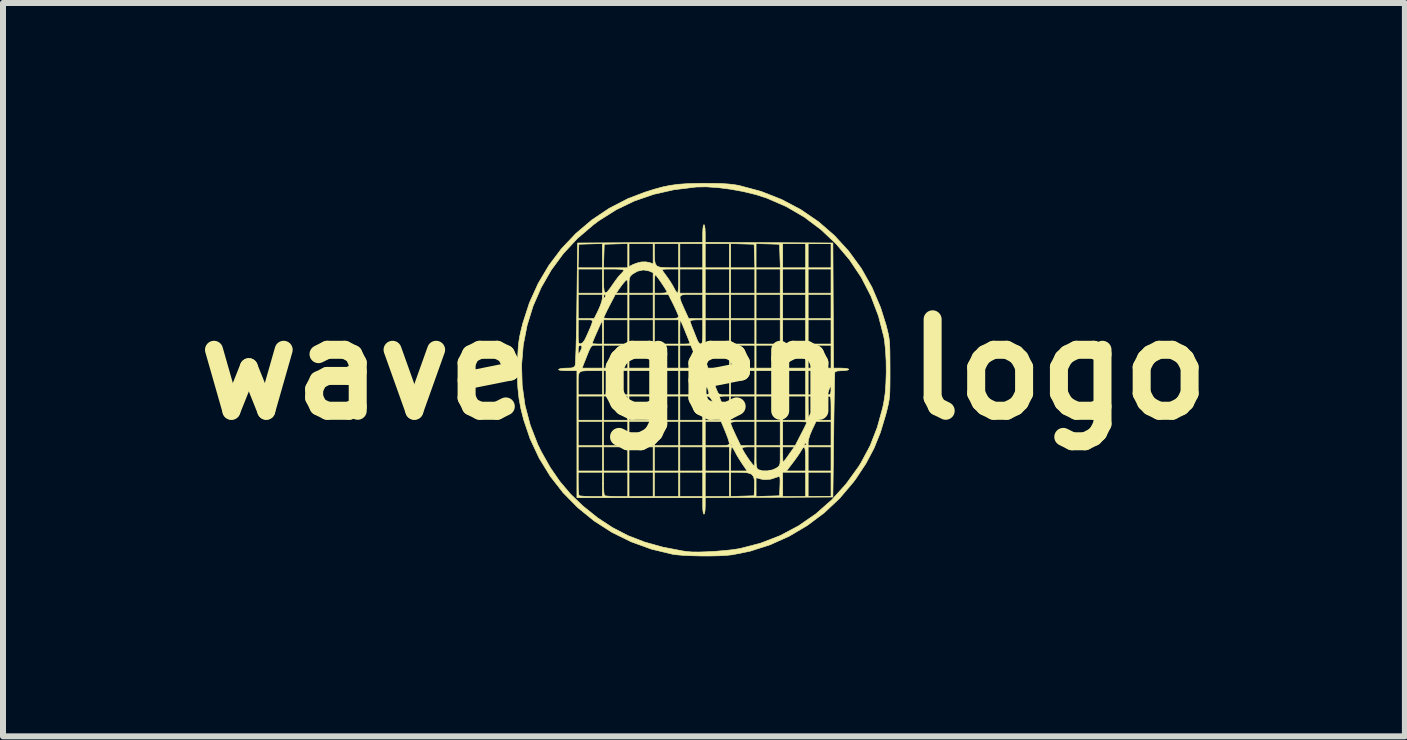
<source format=kicad_pcb>
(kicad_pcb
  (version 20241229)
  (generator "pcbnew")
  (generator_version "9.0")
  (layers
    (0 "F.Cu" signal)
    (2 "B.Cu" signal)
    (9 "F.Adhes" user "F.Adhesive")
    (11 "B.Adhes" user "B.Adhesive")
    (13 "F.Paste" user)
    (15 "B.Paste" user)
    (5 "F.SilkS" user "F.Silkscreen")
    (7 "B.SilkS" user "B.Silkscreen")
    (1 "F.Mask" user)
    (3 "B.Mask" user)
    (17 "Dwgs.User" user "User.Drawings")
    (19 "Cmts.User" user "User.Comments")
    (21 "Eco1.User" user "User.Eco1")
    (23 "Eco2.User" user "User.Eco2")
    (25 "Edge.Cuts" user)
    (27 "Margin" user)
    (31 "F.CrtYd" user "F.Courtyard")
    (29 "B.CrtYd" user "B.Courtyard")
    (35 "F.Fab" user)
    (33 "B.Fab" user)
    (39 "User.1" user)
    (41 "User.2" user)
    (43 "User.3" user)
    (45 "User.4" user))
  (footprint "wave gen logo"
    (layer "F.Cu")
    (at 8.68 3.105)
    (property "Reference" "wave gen logo" (at 0 0 0) (layer "F.SilkS") (effects (font (size 1.524 1.524) (thickness 0.3))))
    (attr through_hole)
    (fp_poly (pts (xy 0.167 -3.099) (xy 0.3 -3.096) (xy 0.407 -3.089) (xy 0.498 -3.079) (xy 0.581 -3.065) (xy 0.593 -3.062) (xy 0.954 -2.965) (xy 1.294 -2.831) (xy 1.612 -2.663) (xy 1.906 -2.462) (xy 2.173 -2.231) (xy 2.412 -1.97) (xy 2.622 -1.682) (xy 2.799 -1.368) (xy 2.943 -1.03) (xy 3.033 -0.744) (xy 3.054 -0.663) (xy 3.07 -0.596) (xy 3.082 -0.533) (xy 3.09 -0.467) (xy 3.095 -0.391) (xy 3.098 -0.297) (xy 3.099 -0.176) (xy 3.1 -0.022) (xy 3.1 -0.011) (xy 3.1 0.146) (xy 3.099 0.267) (xy 3.097 0.363) (xy 3.093 0.44) (xy 3.085 0.507) (xy 3.074 0.571) (xy 3.058 0.641) (xy 3.037 0.725) (xy 3.03 0.751) (xy 2.941 1.047) (xy 2.833 1.315) (xy 2.699 1.568) (xy 2.534 1.818) (xy 2.488 1.88) (xy 2.259 2.15) (xy 2.002 2.391) (xy 1.72 2.602) (xy 1.417 2.781) (xy 1.098 2.924) (xy 0.766 3.03) (xy 0.472 3.089) (xy 0.374 3.099) (xy 0.247 3.106) (xy 0.101 3.109) (xy -0.053 3.109) (xy -0.205 3.105) (xy -0.343 3.099) (xy -0.458 3.089) (xy -0.519 3.081) (xy -0.876 2.995) (xy -1.215 2.872) (xy -1.534 2.715) (xy -1.83 2.525) (xy -2.102 2.304) (xy -2.347 2.055) (xy -2.562 1.779) (xy -2.746 1.479) (xy -2.897 1.156) (xy -3.004 0.84) (xy -3.05 0.658) (xy -3.082 0.485) (xy -3.101 0.309) (xy -3.109 0.118) (xy -3.107 -0.072) (xy -3.039 -0.072) (xy -3.029 0.264) (xy -2.982 0.598) (xy -2.895 0.928) (xy -2.77 1.25) (xy -2.712 1.368) (xy -2.563 1.633) (xy -2.403 1.865) (xy -2.226 2.075) (xy -2.023 2.271) (xy -2.011 2.281) (xy -1.771 2.474) (xy -1.524 2.636) (xy -1.266 2.77) (xy -0.989 2.877) (xy -0.688 2.961) (xy -0.356 3.025) (xy -0.286 3.035) (xy -0.203 3.042) (xy -0.088 3.043) (xy 0.047 3.039) (xy 0.192 3.031) (xy 0.337 3.019) (xy 0.471 3.005) (xy 0.583 2.988) (xy 0.6 2.985) (xy 0.943 2.896) (xy 1.269 2.77) (xy 1.577 2.606) (xy 1.865 2.407) (xy 2.129 2.174) (xy 2.368 1.909) (xy 2.581 1.614) (xy 2.62 1.55) (xy 2.769 1.271) (xy 2.887 0.968) (xy 2.978 0.638) (xy 2.998 0.54) (xy 3.019 0.4) (xy 3.031 0.232) (xy 3.037 0.048) (xy 3.035 -0.14) (xy 3.025 -0.318) (xy 3.009 -0.474) (xy 2.998 -0.539) (xy 2.908 -0.888) (xy 2.782 -1.221) (xy 2.621 -1.534) (xy 2.427 -1.824) (xy 2.203 -2.09) (xy 1.951 -2.328) (xy 1.673 -2.537) (xy 1.371 -2.713) (xy 1.047 -2.854) (xy 0.863 -2.913) (xy 0.658 -2.963) (xy 0.444 -3.002) (xy 0.233 -3.029) (xy 0.036 -3.042) (xy -0.134 -3.039) (xy -0.138 -3.038) (xy -0.503 -2.993) (xy -0.842 -2.916) (xy -1.16 -2.806) (xy -1.461 -2.661) (xy -1.748 -2.48) (xy -1.841 -2.411) (xy -2.108 -2.183) (xy -2.343 -1.93) (xy -2.545 -1.656) (xy -2.713 -1.363) (xy -2.848 -1.054) (xy -2.947 -0.734) (xy -3.011 -0.406) (xy -3.039 -0.072) (xy -3.107 -0.072) (xy -3.107 -0.1) (xy -3.106 -0.121) (xy -3.101 -0.262) (xy -3.094 -0.374) (xy -3.084 -0.468) (xy -3.069 -0.558) (xy -3.047 -0.655) (xy -3.019 -0.768) (xy -2.909 -1.108) (xy -2.763 -1.431) (xy -2.584 -1.733) (xy -2.373 -2.013) (xy -2.133 -2.266) (xy -1.867 -2.491) (xy -1.577 -2.685) (xy -1.267 -2.845) (xy -0.986 -2.952) (xy -0.828 -3.002) (xy -0.69 -3.04) (xy -0.561 -3.066) (xy -0.431 -3.084) (xy -0.289 -3.094) (xy -0.122 -3.099) (xy 0 -3.1) (xy 0.167 -3.099)) (stroke (width 0.01) (type solid)) (fill yes) (layer "F.SilkS"))
    (fp_poly (pts (xy 0.011 -2.393) (xy 0.018 -2.341) (xy 0.021 -2.265) (xy 0.021 -2.117) (xy 1.085 -2.112) (xy 2.148 -2.106) (xy 2.159 -0.021) (xy 2.286 -0.021) (xy 2.354 -0.018) (xy 2.4 -0.01) (xy 2.413 0) (xy 2.394 0.012) (xy 2.345 0.019) (xy 2.3 0.021) (xy 2.224 0.026) (xy 2.185 0.041) (xy 2.181 0.048) (xy 2.179 0.073) (xy 2.177 0.137) (xy 2.175 0.235) (xy 2.173 0.363) (xy 2.17 0.516) (xy 2.167 0.69) (xy 2.164 0.882) (xy 2.162 1.086) (xy 2.161 1.101) (xy 2.148 2.127) (xy 1.085 2.133) (xy 0.021 2.138) (xy 0.021 2.276) (xy 0.018 2.347) (xy 0.01 2.397) (xy 0 2.413) (xy -0.011 2.394) (xy -0.019 2.342) (xy -0.021 2.275) (xy -0.021 2.138) (xy -2.117 2.138) (xy -2.117 2.118) (xy 0.445 2.118) (xy 0.64 2.112) (xy 0.836 2.106) (xy 0.842 1.951) (xy 0.842 1.852) (xy 0.831 1.805) (xy 0.868 1.805) (xy 0.868 2.118) (xy 1.064 2.112) (xy 1.259 2.106) (xy 1.266 1.939) (xy 1.268 1.857) (xy 1.266 1.808) (xy 1.259 1.787) (xy 1.244 1.785) (xy 1.234 1.789) (xy 1.113 1.829) (xy 1.01 1.837) (xy 0.953 1.828) (xy 0.868 1.805) (xy 0.831 1.805) (xy 0.826 1.785) (xy 0.789 1.744) (xy 0.724 1.723) (xy 0.625 1.715) (xy 0.598 1.715) (xy 0.445 1.714) (xy 1.312 1.714) (xy 1.312 2.117) (xy 1.693 2.117) (xy 1.693 1.714) (xy 1.736 1.714) (xy 1.736 2.117) (xy 2.117 2.117) (xy 2.117 1.714) (xy 1.736 1.714) (xy 1.693 1.714) (xy 1.312 1.714) (xy 0.445 1.714) (xy 0.445 2.118) (xy -2.117 2.118) (xy -2.117 1.714) (xy -2.095 1.714) (xy -2.095 1.901) (xy -2.094 1.987) (xy -2.09 2.055) (xy -2.084 2.096) (xy -2.081 2.103) (xy -2.055 2.109) (xy -1.997 2.114) (xy -1.918 2.116) (xy -1.88 2.117) (xy -1.693 2.117) (xy -1.693 1.714) (xy -1.672 1.714) (xy -1.672 1.901) (xy -1.671 1.987) (xy -1.667 2.055) (xy -1.661 2.096) (xy -1.658 2.103) (xy -1.632 2.109) (xy -1.574 2.114) (xy -1.495 2.116) (xy -1.457 2.117) (xy -1.27 2.117) (xy -1.27 1.714) (xy -1.249 1.714) (xy -1.249 2.117) (xy -0.847 2.117) (xy -0.847 1.714) (xy -0.826 1.714) (xy -0.826 2.117) (xy -0.423 2.117) (xy -0.423 1.714) (xy -0.402 1.714) (xy -0.402 2.117) (xy -0.021 2.117) (xy -0.021 1.714) (xy 0.021 1.714) (xy 0.021 2.117) (xy 0.423 2.117) (xy 0.423 1.714) (xy 0.021 1.714) (xy -0.021 1.714) (xy -0.402 1.714) (xy -0.423 1.714) (xy -0.826 1.714) (xy -0.847 1.714) (xy -1.249 1.714) (xy -1.27 1.714) (xy -1.672 1.714) (xy -1.693 1.714) (xy -2.095 1.714) (xy -2.117 1.714) (xy -2.117 1.291) (xy -2.095 1.291) (xy -2.095 1.693) (xy -1.693 1.693) (xy -1.693 1.291) (xy -1.672 1.291) (xy -1.672 1.693) (xy -1.27 1.693) (xy -1.27 1.291) (xy -1.249 1.291) (xy -1.249 1.693) (xy -0.847 1.693) (xy -0.847 1.291) (xy -0.826 1.291) (xy -0.826 1.693) (xy -0.423 1.693) (xy -0.423 1.291) (xy -0.402 1.291) (xy -0.402 1.693) (xy -0.021 1.693) (xy -0.021 1.291) (xy 0.021 1.291) (xy 0.021 1.693) (xy 0.423 1.693) (xy 0.423 1.492) (xy 0.445 1.492) (xy 0.445 1.693) (xy 0.72 1.693) (xy 1.375 1.693) (xy 1.693 1.693) (xy 1.693 1.492) (xy 1.691 1.387) (xy 1.683 1.322) (xy 1.67 1.295) (xy 1.649 1.306) (xy 1.62 1.353) (xy 1.62 1.353) (xy 1.592 1.399) (xy 1.546 1.466) (xy 1.492 1.54) (xy 1.481 1.554) (xy 1.375 1.693) (xy 0.72 1.693) (xy 0.637 1.572) (xy 0.588 1.496) (xy 0.543 1.421) (xy 0.517 1.371) (xy 0.489 1.321) (xy 0.479 1.308) (xy 0.635 1.308) (xy 0.646 1.338) (xy 0.675 1.39) (xy 0.715 1.452) (xy 0.759 1.516) (xy 0.799 1.569) (xy 0.829 1.602) (xy 0.839 1.609) (xy 0.843 1.589) (xy 0.845 1.538) (xy 0.847 1.465) (xy 0.847 1.45) (xy 0.847 1.291) (xy 0.868 1.291) (xy 0.868 1.47) (xy 0.869 1.561) (xy 0.875 1.619) (xy 0.886 1.652) (xy 0.905 1.67) (xy 0.905 1.67) (xy 0.971 1.69) (xy 1.057 1.691) (xy 1.143 1.674) (xy 1.199 1.649) (xy 1.235 1.625) (xy 1.256 1.601) (xy 1.267 1.565) (xy 1.27 1.506) (xy 1.27 1.448) (xy 1.27 1.291) (xy 1.312 1.291) (xy 1.312 1.418) (xy 1.313 1.485) (xy 1.316 1.531) (xy 1.32 1.545) (xy 1.335 1.529) (xy 1.367 1.487) (xy 1.41 1.427) (xy 1.416 1.418) (xy 1.506 1.291) (xy 1.736 1.291) (xy 1.736 1.693) (xy 2.117 1.693) (xy 2.117 1.291) (xy 1.736 1.291) (xy 1.506 1.291) (xy 1.312 1.291) (xy 1.27 1.291) (xy 0.868 1.291) (xy 0.847 1.291) (xy 0.741 1.291) (xy 0.68 1.294) (xy 0.642 1.302) (xy 0.635 1.308) (xy 0.479 1.308) (xy 0.467 1.293) (xy 0.462 1.291) (xy 0.454 1.311) (xy 0.449 1.364) (xy 0.445 1.44) (xy 0.445 1.492) (xy 0.423 1.492) (xy 0.423 1.291) (xy 0.021 1.291) (xy -0.021 1.291) (xy -0.402 1.291) (xy -0.423 1.291) (xy -0.826 1.291) (xy -0.847 1.291) (xy -1.249 1.291) (xy -1.27 1.291) (xy -1.672 1.291) (xy -1.693 1.291) (xy -2.095 1.291) (xy -2.117 1.291) (xy -2.117 0.868) (xy -2.095 0.868) (xy -2.095 1.27) (xy -1.693 1.27) (xy -1.693 0.868) (xy -1.672 0.868) (xy -1.672 1.27) (xy -1.27 1.27) (xy -1.27 0.868) (xy -1.249 0.868) (xy -1.249 1.27) (xy -0.847 1.27) (xy -0.847 0.868) (xy -0.826 0.868) (xy -0.826 1.27) (xy -0.423 1.27) (xy -0.423 0.868) (xy -0.402 0.868) (xy -0.402 1.27) (xy -0.021 1.27) (xy 0.021 1.27) (xy 0.222 1.27) (xy 0.317 1.269) (xy 0.376 1.266) (xy 0.402 1.259) (xy 0.445 1.259) (xy 0.455 1.27) (xy 0.466 1.259) (xy 0.455 1.249) (xy 0.445 1.259) (xy 0.402 1.259) (xy 0.409 1.258) (xy 0.422 1.245) (xy 0.423 1.234) (xy 0.415 1.199) (xy 0.395 1.136) (xy 0.365 1.059) (xy 0.355 1.034) (xy 0.297 0.895) (xy 0.445 0.895) (xy 0.453 0.926) (xy 0.477 0.984) (xy 0.511 1.059) (xy 0.528 1.096) (xy 0.612 1.27) (xy 0.847 1.27) (xy 0.847 0.868) (xy 0.868 0.868) (xy 0.868 1.27) (xy 1.27 1.27) (xy 1.27 0.868) (xy 1.312 0.868) (xy 1.312 1.27) (xy 1.52 1.27) (xy 1.531 1.249) (xy 1.672 1.249) (xy 1.679 1.269) (xy 1.681 1.27) (xy 1.7 1.255) (xy 1.704 1.249) (xy 1.702 1.229) (xy 1.695 1.228) (xy 1.673 1.243) (xy 1.672 1.249) (xy 1.531 1.249) (xy 1.551 1.209) (xy 1.736 1.209) (xy 1.736 1.27) (xy 2.117 1.27) (xy 2.117 0.868) (xy 1.867 0.868) (xy 1.801 1.008) (xy 1.768 1.086) (xy 1.745 1.158) (xy 1.736 1.208) (xy 1.736 1.209) (xy 1.551 1.209) (xy 1.617 1.081) (xy 1.658 1.001) (xy 1.691 0.935) (xy 1.71 0.892) (xy 1.714 0.88) (xy 1.695 0.875) (xy 1.642 0.871) (xy 1.565 0.868) (xy 1.513 0.868) (xy 1.312 0.868) (xy 1.27 0.868) (xy 0.868 0.868) (xy 0.847 0.868) (xy 0.646 0.868) (xy 0.546 0.869) (xy 0.483 0.875) (xy 0.451 0.884) (xy 0.445 0.895) (xy 0.297 0.895) (xy 0.286 0.869) (xy 0.021 0.868) (xy 0.021 1.27) (xy -0.021 1.27) (xy -0.021 0.868) (xy -0.402 0.868) (xy -0.423 0.868) (xy -0.826 0.868) (xy -0.847 0.868) (xy -1.249 0.868) (xy -1.27 0.868) (xy -1.672 0.868) (xy -1.693 0.868) (xy -2.095 0.868) (xy -2.117 0.868) (xy -2.117 0.445) (xy -2.095 0.445) (xy -2.095 0.847) (xy -1.693 0.847) (xy -1.693 0.445) (xy -1.672 0.445) (xy -1.672 0.847) (xy -1.27 0.847) (xy -1.27 0.445) (xy -1.249 0.445) (xy -1.249 0.847) (xy -0.847 0.847) (xy -0.847 0.445) (xy -0.826 0.445) (xy -0.826 0.847) (xy -0.423 0.847) (xy -0.423 0.445) (xy -0.402 0.445) (xy -0.402 0.847) (xy -0.021 0.847) (xy -0.021 0.644) (xy 0.021 0.644) (xy 0.021 0.847) (xy 0.272 0.847) (xy 0.193 0.651) (xy 0.153 0.556) (xy 0.122 0.496) (xy 0.095 0.462) (xy 0.094 0.461) (xy 0.258 0.461) (xy 0.268 0.488) (xy 0.291 0.543) (xy 0.322 0.617) (xy 0.336 0.652) (xy 0.368 0.729) (xy 0.395 0.789) (xy 0.412 0.822) (xy 0.415 0.826) (xy 0.419 0.806) (xy 0.422 0.753) (xy 0.423 0.678) (xy 0.423 0.635) (xy 0.423 0.445) (xy 0.445 0.445) (xy 0.445 0.847) (xy 0.847 0.847) (xy 0.847 0.445) (xy 0.868 0.445) (xy 0.868 0.847) (xy 1.27 0.847) (xy 1.27 0.445) (xy 1.312 0.445) (xy 1.312 0.847) (xy 1.693 0.847) (xy 1.693 0.445) (xy 1.736 0.445) (xy 1.737 0.63) (xy 1.739 0.815) (xy 1.742 0.807) (xy 1.892 0.807) (xy 1.9 0.834) (xy 1.933 0.845) (xy 1.995 0.847) (xy 1.999 0.847) (xy 2.117 0.847) (xy 2.117 0.646) (xy 2.116 0.552) (xy 2.113 0.493) (xy 2.106 0.46) (xy 2.093 0.447) (xy 2.076 0.445) (xy 2.041 0.462) (xy 2.012 0.516) (xy 2.01 0.524) (xy 1.981 0.6) (xy 1.948 0.675) (xy 1.947 0.677) (xy 1.909 0.757) (xy 1.892 0.807) (xy 1.742 0.807) (xy 1.801 0.68) (xy 1.835 0.604) (xy 1.862 0.537) (xy 1.876 0.494) (xy 1.88 0.461) (xy 1.863 0.447) (xy 1.813 0.445) (xy 1.736 0.445) (xy 1.693 0.445) (xy 1.312 0.445) (xy 1.27 0.445) (xy 0.868 0.445) (xy 0.847 0.445) (xy 0.445 0.445) (xy 0.423 0.445) (xy 0.337 0.445) (xy 0.285 0.448) (xy 0.259 0.457) (xy 0.258 0.461) (xy 0.094 0.461) (xy 0.07 0.449) (xy 0.067 0.448) (xy 0.046 0.447) (xy 0.033 0.457) (xy 0.025 0.484) (xy 0.022 0.537) (xy 0.021 0.623) (xy 0.021 0.644) (xy -0.021 0.644) (xy -0.021 0.445) (xy -0.402 0.445) (xy -0.423 0.445) (xy -0.826 0.445) (xy -0.847 0.445) (xy -1.249 0.445) (xy -1.27 0.445) (xy -1.672 0.445) (xy -1.693 0.445) (xy -2.095 0.445) (xy -2.117 0.445) (xy -2.117 0.235) (xy -2.095 0.235) (xy -2.095 0.423) (xy -1.693 0.423) (xy -1.693 0.021) (xy -1.672 0.021) (xy -1.672 0.423) (xy -1.27 0.423) (xy -1.27 0.021) (xy -1.249 0.021) (xy -1.249 0.423) (xy -0.847 0.423) (xy -0.847 0.021) (xy -0.826 0.021) (xy -0.826 0.423) (xy -0.423 0.423) (xy -0.423 0.021) (xy -0.402 0.021) (xy -0.402 0.423) (xy -0.021 0.423) (xy -0.021 0.323) (xy 0.023 0.323) (xy 0.025 0.387) (xy 0.037 0.418) (xy 0.053 0.423) (xy 0.08 0.409) (xy 0.083 0.397) (xy 0.075 0.361) (xy 0.057 0.306) (xy 0.053 0.296) (xy 0.024 0.222) (xy 0.023 0.323) (xy -0.021 0.323) (xy -0.021 0.27) (xy -0.022 0.164) (xy -0.028 0.094) (xy -0.045 0.051) (xy -0.078 0.03) (xy -0.134 0.022) (xy -0.219 0.021) (xy 0.085 0.021) (xy 0.13 0.132) (xy 0.162 0.215) (xy 0.195 0.299) (xy 0.208 0.333) (xy 0.232 0.389) (xy 0.257 0.415) (xy 0.299 0.423) (xy 0.333 0.423) (xy 0.423 0.423) (xy 0.423 0.021) (xy 0.445 0.021) (xy 0.445 0.423) (xy 0.847 0.423) (xy 0.847 0.021) (xy 0.868 0.021) (xy 0.868 0.423) (xy 1.27 0.423) (xy 1.27 0.021) (xy 1.312 0.021) (xy 1.312 0.423) (xy 1.693 0.423) (xy 1.693 0.021) (xy 1.736 0.021) (xy 1.736 0.426) (xy 1.824 0.419) (xy 1.882 0.415) (xy 2.056 0.415) (xy 2.067 0.423) (xy 2.085 0.423) (xy 2.107 0.409) (xy 2.116 0.361) (xy 2.116 0.344) (xy 2.115 0.265) (xy 2.084 0.336) (xy 2.062 0.39) (xy 2.056 0.415) (xy 1.882 0.415) (xy 1.913 0.413) (xy 1.983 0.233) (xy 2.014 0.152) (xy 2.038 0.086) (xy 2.051 0.045) (xy 2.053 0.037) (xy 2.034 0.029) (xy 1.982 0.024) (xy 1.909 0.021) (xy 1.894 0.021) (xy 1.736 0.021) (xy 1.693 0.021) (xy 1.312 0.021) (xy 1.27 0.021) (xy 0.868 0.021) (xy 0.847 0.021) (xy 0.445 0.021) (xy 0.423 0.021) (xy 0.085 0.021) (xy -0.219 0.021) (xy -0.219 0.021) (xy -0.225 0.021) (xy -0.402 0.021) (xy -0.423 0.021) (xy -0.826 0.021) (xy -0.847 0.021) (xy -1.249 0.021) (xy -1.27 0.021) (xy -1.672 0.021) (xy -1.693 0.021) (xy -1.861 0.021) (xy -1.963 0.022) (xy -2.03 0.028) (xy -2.07 0.046) (xy -2.089 0.083) (xy -2.095 0.146) (xy -2.095 0.235) (xy -2.117 0.235) (xy -2.117 0.021) (xy -2.277 0.021) (xy -2.362 0.019) (xy -2.412 0.011) (xy -2.424 0) (xy -2.397 -0.011) (xy -2.341 -0.019) (xy -2.287 -0.021) (xy -2.031 -0.021) (xy -1.693 -0.021) (xy -1.693 -0.402) (xy -1.672 -0.402) (xy -1.672 -0.021) (xy -1.27 -0.021) (xy -1.27 -0.402) (xy -1.249 -0.402) (xy -1.249 -0.021) (xy -0.847 -0.021) (xy -0.847 -0.402) (xy -0.826 -0.402) (xy -0.826 -0.021) (xy -0.423 -0.021) (xy -0.423 -0.402) (xy -0.402 -0.402) (xy -0.402 -0.021) (xy -0.067 -0.021) (xy -0.209 -0.376) (xy -0.057 -0.376) (xy -0.049 -0.327) (xy -0.049 -0.325) (xy -0.032 -0.265) (xy -0.025 -0.325) (xy -0.024 -0.372) (xy -0.03 -0.397) (xy -0.048 -0.402) (xy 0.021 -0.402) (xy 0.021 -0.278) (xy 0.025 -0.197) (xy 0.036 -0.122) (xy 0.044 -0.088) (xy 0.068 -0.021) (xy 0.423 -0.021) (xy 0.423 -0.402) (xy 0.445 -0.402) (xy 0.445 -0.021) (xy 0.847 -0.021) (xy 0.847 -0.402) (xy 0.868 -0.402) (xy 0.868 -0.021) (xy 1.27 -0.021) (xy 1.27 -0.402) (xy 1.312 -0.402) (xy 1.312 -0.021) (xy 1.693 -0.021) (xy 1.693 -0.402) (xy 1.736 -0.402) (xy 1.736 -0.021) (xy 2.117 -0.021) (xy 2.117 -0.402) (xy 1.736 -0.402) (xy 1.693 -0.402) (xy 1.312 -0.402) (xy 1.27 -0.402) (xy 0.868 -0.402) (xy 0.847 -0.402) (xy 0.445 -0.402) (xy 0.423 -0.402) (xy 0.021 -0.402) (xy -0.048 -0.402) (xy -0.05 -0.403) (xy -0.057 -0.376) (xy -0.209 -0.376) (xy -0.219 -0.402) (xy -0.402 -0.402) (xy -0.423 -0.402) (xy -0.826 -0.402) (xy -0.847 -0.402) (xy -1.249 -0.402) (xy -1.27 -0.402) (xy -1.672 -0.402) (xy -1.693 -0.402) (xy -1.786 -0.402) (xy -1.823 -0.403) (xy -1.85 -0.4) (xy -1.871 -0.389) (xy -1.89 -0.364) (xy -1.913 -0.318) (xy -1.943 -0.245) (xy -1.984 -0.14) (xy -1.992 -0.122) (xy -2.031 -0.021) (xy -2.287 -0.021) (xy -2.216 -0.023) (xy -2.176 -0.032) (xy -2.155 -0.051) (xy -2.146 -0.069) (xy -2.143 -0.099) (xy -2.139 -0.167) (xy -2.135 -0.269) (xy -2.133 -0.323) (xy -2.095 -0.323) (xy -2.094 -0.243) (xy -2.064 -0.296) (xy -2.041 -0.344) (xy -2.033 -0.376) (xy -2.049 -0.399) (xy -2.064 -0.402) (xy -2.086 -0.388) (xy -2.095 -0.34) (xy -2.095 -0.323) (xy -2.133 -0.323) (xy -2.131 -0.4) (xy -2.127 -0.556) (xy -2.123 -0.732) (xy -2.122 -0.826) (xy -2.095 -0.826) (xy -2.095 -0.623) (xy -2.095 -0.529) (xy -2.092 -0.471) (xy -2.086 -0.439) (xy -2.074 -0.427) (xy -2.054 -0.427) (xy -2.051 -0.427) (xy -2.041 -0.433) (xy -1.863 -0.433) (xy -1.844 -0.427) (xy -1.797 -0.424) (xy -1.778 -0.423) (xy -1.693 -0.423) (xy -1.693 -0.617) (xy -1.694 -0.701) (xy -1.696 -0.764) (xy -1.699 -0.799) (xy -1.701 -0.803) (xy -1.713 -0.78) (xy -1.736 -0.73) (xy -1.766 -0.662) (xy -1.799 -0.588) (xy -1.829 -0.519) (xy -1.851 -0.464) (xy -1.862 -0.435) (xy -1.863 -0.433) (xy -2.041 -0.433) (xy -2.02 -0.445) (xy -1.987 -0.491) (xy -1.948 -0.573) (xy -1.944 -0.582) (xy -1.899 -0.684) (xy -1.871 -0.753) (xy -1.859 -0.795) (xy -1.864 -0.817) (xy -1.886 -0.825) (xy -1.894 -0.826) (xy -1.672 -0.826) (xy -1.672 -0.423) (xy -1.27 -0.423) (xy -1.27 -0.826) (xy -1.249 -0.826) (xy -1.249 -0.423) (xy -0.847 -0.423) (xy -0.847 -0.826) (xy -0.826 -0.826) (xy -0.826 -0.423) (xy -0.423 -0.423) (xy -0.423 -0.628) (xy -0.402 -0.628) (xy -0.402 -0.423) (xy -0.318 -0.423) (xy -0.264 -0.425) (xy -0.235 -0.428) (xy -0.233 -0.43) (xy -0.24 -0.452) (xy -0.26 -0.504) (xy -0.288 -0.573) (xy -0.319 -0.649) (xy -0.349 -0.723) (xy -0.374 -0.782) (xy -0.386 -0.808) (xy -0.233 -0.808) (xy -0.225 -0.781) (xy -0.206 -0.726) (xy -0.178 -0.656) (xy -0.177 -0.655) (xy -0.147 -0.578) (xy -0.12 -0.511) (xy -0.104 -0.471) (xy -0.078 -0.434) (xy -0.053 -0.423) (xy -0.038 -0.43) (xy -0.028 -0.456) (xy -0.023 -0.507) (xy -0.021 -0.59) (xy -0.021 -0.624) (xy -0.021 -0.826) (xy 0.021 -0.826) (xy 0.021 -0.423) (xy 0.423 -0.423) (xy 0.423 -0.826) (xy 0.445 -0.826) (xy 0.445 -0.423) (xy 0.847 -0.423) (xy 0.847 -0.826) (xy 0.868 -0.826) (xy 0.868 -0.423) (xy 1.27 -0.423) (xy 1.27 -0.826) (xy 1.312 -0.826) (xy 1.312 -0.423) (xy 1.693 -0.423) (xy 1.693 -0.826) (xy 1.736 -0.826) (xy 1.736 -0.423) (xy 2.117 -0.423) (xy 2.117 -0.826) (xy 1.736 -0.826) (xy 1.693 -0.826) (xy 1.312 -0.826) (xy 1.27 -0.826) (xy 0.868 -0.826) (xy 0.847 -0.826) (xy 0.445 -0.826) (xy 0.423 -0.826) (xy 0.021 -0.826) (xy -0.021 -0.826) (xy -0.127 -0.826) (xy -0.187 -0.822) (xy -0.226 -0.814) (xy -0.233 -0.808) (xy -0.386 -0.808) (xy -0.391 -0.818) (xy -0.394 -0.824) (xy -0.397 -0.808) (xy -0.4 -0.759) (xy -0.402 -0.684) (xy -0.402 -0.628) (xy -0.423 -0.628) (xy -0.423 -0.826) (xy -0.826 -0.826) (xy -0.847 -0.826) (xy -1.249 -0.826) (xy -1.27 -0.826) (xy -1.672 -0.826) (xy -1.894 -0.826) (xy -1.928 -0.826) (xy -1.969 -0.826) (xy -2.095 -0.826) (xy -2.122 -0.826) (xy -2.12 -0.924) (xy -2.118 -1.111) (xy -2.116 -1.249) (xy -2.095 -1.249) (xy -2.095 -0.847) (xy -1.829 -0.847) (xy -1.823 -0.859) (xy -1.672 -0.859) (xy -1.653 -0.854) (xy -1.6 -0.85) (xy -1.523 -0.847) (xy -1.471 -0.847) (xy -1.27 -0.847) (xy -1.27 -1.249) (xy -1.249 -1.249) (xy -1.249 -0.847) (xy -0.847 -0.847) (xy -0.847 -1.249) (xy -0.826 -1.249) (xy -0.826 -0.847) (xy -0.624 -0.847) (xy -0.529 -0.848) (xy -0.468 -0.852) (xy -0.436 -0.86) (xy -0.424 -0.874) (xy -0.423 -0.879) (xy -0.432 -0.911) (xy -0.457 -0.971) (xy -0.492 -1.046) (xy -0.508 -1.08) (xy -0.56 -1.183) (xy -0.399 -1.183) (xy -0.378 -1.119) (xy -0.336 -1.024) (xy -0.329 -1.008) (xy -0.255 -0.847) (xy -0.021 -0.847) (xy -0.021 -1.249) (xy 0.021 -1.249) (xy 0.021 -0.847) (xy 0.423 -0.847) (xy 0.423 -1.249) (xy 0.445 -1.249) (xy 0.445 -0.847) (xy 0.847 -0.847) (xy 0.847 -1.249) (xy 0.868 -1.249) (xy 0.868 -0.847) (xy 1.27 -0.847) (xy 1.27 -1.249) (xy 1.312 -1.249) (xy 1.312 -0.847) (xy 1.693 -0.847) (xy 1.693 -1.249) (xy 1.736 -1.249) (xy 1.736 -0.847) (xy 2.117 -0.847) (xy 2.117 -1.249) (xy 1.736 -1.249) (xy 1.693 -1.249) (xy 1.312 -1.249) (xy 1.27 -1.249) (xy 0.868 -1.249) (xy 0.847 -1.249) (xy 0.445 -1.249) (xy 0.423 -1.249) (xy 0.021 -1.249) (xy -0.021 -1.249) (xy -0.212 -1.249) (xy -0.305 -1.248) (xy -0.365 -1.241) (xy -0.396 -1.221) (xy -0.399 -1.183) (xy -0.56 -1.183) (xy -0.593 -1.249) (xy -0.826 -1.249) (xy -0.847 -1.249) (xy -1.249 -1.249) (xy -1.27 -1.249) (xy -1.477 -1.249) (xy -1.575 -1.06) (xy -1.616 -0.98) (xy -1.648 -0.914) (xy -1.668 -0.871) (xy -1.672 -0.859) (xy -1.823 -0.859) (xy -1.761 -0.985) (xy -1.727 -1.063) (xy -1.703 -1.135) (xy -1.693 -1.186) (xy -1.693 -1.217) (xy -1.672 -1.217) (xy -1.668 -1.189) (xy -1.664 -1.185) (xy -1.65 -1.202) (xy -1.643 -1.217) (xy -1.643 -1.244) (xy -1.652 -1.249) (xy -1.67 -1.232) (xy -1.672 -1.217) (xy -1.693 -1.217) (xy -1.693 -1.249) (xy -2.095 -1.249) (xy -2.116 -1.249) (xy -2.111 -1.672) (xy -2.095 -1.672) (xy -2.095 -1.27) (xy -1.693 -1.27) (xy -1.463 -1.27) (xy -1.27 -1.27) (xy -1.27 -1.389) (xy -1.27 -1.406) (xy -1.249 -1.406) (xy -1.249 -1.27) (xy -0.847 -1.27) (xy -0.847 -1.433) (xy -0.826 -1.433) (xy -0.826 -1.27) (xy -0.72 -1.27) (xy -0.659 -1.273) (xy -0.621 -1.281) (xy -0.614 -1.288) (xy -0.625 -1.311) (xy -0.654 -1.359) (xy -0.693 -1.419) (xy -0.736 -1.482) (xy -0.776 -1.537) (xy -0.805 -1.574) (xy -0.807 -1.576) (xy -0.816 -1.567) (xy -0.823 -1.522) (xy -0.825 -1.446) (xy -0.826 -1.433) (xy -0.847 -1.433) (xy -0.847 -1.611) (xy -0.918 -1.641) (xy -1.01 -1.657) (xy -1.108 -1.636) (xy -1.193 -1.586) (xy -1.224 -1.557) (xy -1.241 -1.523) (xy -1.248 -1.471) (xy -1.249 -1.406) (xy -1.27 -1.406) (xy -1.271 -1.455) (xy -1.277 -1.487) (xy -1.289 -1.49) (xy -1.304 -1.48) (xy -1.335 -1.447) (xy -1.377 -1.393) (xy -1.4 -1.361) (xy -1.463 -1.27) (xy -1.693 -1.27) (xy -1.693 -1.672) (xy -1.672 -1.672) (xy -1.672 -1.471) (xy -1.67 -1.365) (xy -1.662 -1.3) (xy -1.645 -1.274) (xy -1.616 -1.287) (xy -1.574 -1.338) (xy -1.528 -1.404) (xy -1.477 -1.477) (xy -1.427 -1.543) (xy -1.388 -1.586) (xy -1.386 -1.587) (xy -1.351 -1.626) (xy -1.334 -1.653) (xy -1.333 -1.655) (xy -1.35 -1.662) (xy -0.699 -1.662) (xy -0.687 -1.641) (xy -0.656 -1.597) (xy -0.622 -1.551) (xy -0.57 -1.477) (xy -0.522 -1.399) (xy -0.501 -1.36) (xy -0.472 -1.307) (xy -0.448 -1.275) (xy -0.44 -1.27) (xy -0.433 -1.29) (xy -0.427 -1.342) (xy -0.424 -1.419) (xy -0.423 -1.471) (xy -0.423 -1.672) (xy -0.402 -1.672) (xy -0.402 -1.27) (xy -0.021 -1.27) (xy -0.021 -1.672) (xy 0.021 -1.672) (xy 0.021 -1.27) (xy 0.423 -1.27) (xy 0.423 -1.672) (xy 0.445 -1.672) (xy 0.445 -1.27) (xy 0.847 -1.27) (xy 0.847 -1.672) (xy 0.868 -1.672) (xy 0.868 -1.27) (xy 1.27 -1.27) (xy 1.27 -1.672) (xy 1.312 -1.672) (xy 1.312 -1.27) (xy 1.693 -1.27) (xy 1.693 -1.672) (xy 1.736 -1.672) (xy 1.736 -1.27) (xy 2.117 -1.27) (xy 2.117 -1.672) (xy 1.736 -1.672) (xy 1.693 -1.672) (xy 1.312 -1.672) (xy 1.27 -1.672) (xy 0.868 -1.672) (xy 0.847 -1.672) (xy 0.445 -1.672) (xy 0.423 -1.672) (xy 0.021 -1.672) (xy -0.021 -1.672) (xy -0.402 -1.672) (xy -0.423 -1.672) (xy -0.561 -1.672) (xy -0.631 -1.671) (xy -0.681 -1.667) (xy -0.699 -1.662) (xy -1.35 -1.662) (xy -1.353 -1.663) (xy -1.405 -1.669) (xy -1.479 -1.672) (xy -1.503 -1.672) (xy -1.672 -1.672) (xy -1.693 -1.672) (xy -2.095 -1.672) (xy -2.111 -1.672) (xy -2.111 -1.693) (xy -2.097 -1.693) (xy -1.693 -1.693) (xy -1.674 -1.693) (xy -1.27 -1.693) (xy -1.27 -2.095) (xy -1.249 -2.095) (xy -1.249 -1.713) (xy -1.188 -1.745) (xy -1.124 -1.77) (xy -1.05 -1.789) (xy -1.045 -1.79) (xy -0.975 -1.792) (xy -0.911 -1.782) (xy -0.905 -1.78) (xy -0.847 -1.758) (xy -0.847 -2.095) (xy -0.826 -2.095) (xy -0.826 -1.923) (xy -0.823 -1.824) (xy -0.811 -1.759) (xy -0.781 -1.72) (xy -0.728 -1.701) (xy -0.642 -1.695) (xy -0.587 -1.694) (xy -0.423 -1.693) (xy -0.423 -2.095) (xy -0.402 -2.095) (xy -0.402 -1.693) (xy -0.021 -1.693) (xy -0.021 -2.095) (xy 0.021 -2.095) (xy 0.021 -1.693) (xy 0.423 -1.693) (xy 0.445 -1.693) (xy 0.848 -1.693) (xy 0.868 -1.693) (xy 1.272 -1.693) (xy 1.259 -2.085) (xy 1.064 -2.091) (xy 0.919 -2.095) (xy 1.312 -2.095) (xy 1.312 -1.693) (xy 1.693 -1.693) (xy 1.693 -2.095) (xy 1.736 -2.095) (xy 1.736 -1.693) (xy 2.117 -1.693) (xy 2.117 -2.095) (xy 1.736 -2.095) (xy 1.693 -2.095) (xy 1.312 -2.095) (xy 0.919 -2.095) (xy 0.868 -2.097) (xy 0.868 -1.693) (xy 0.848 -1.693) (xy 0.836 -2.085) (xy 0.64 -2.091) (xy 0.445 -2.097) (xy 0.445 -1.693) (xy 0.423 -1.693) (xy 0.423 -2.095) (xy 0.021 -2.095) (xy -0.021 -2.095) (xy -0.402 -2.095) (xy -0.423 -2.095) (xy -0.826 -2.095) (xy -0.847 -2.095) (xy -1.249 -2.095) (xy -1.27 -2.095) (xy -1.27 -2.097) (xy -1.662 -2.085) (xy -1.674 -1.693) (xy -1.693 -1.693) (xy -1.693 -2.097) (xy -1.889 -2.091) (xy -2.085 -2.085) (xy -2.097 -1.693) (xy -2.111 -1.693) (xy -2.106 -2.106) (xy -1.064 -2.112) (xy -0.021 -2.117) (xy -0.021 -2.265) (xy -0.018 -2.341) (xy -0.011 -2.393) (xy -0.000002 -2.413) (xy 0 -2.413) (xy 0.011 -2.393)) (stroke (width 0.01) (type solid)) (fill yes) (layer "F.SilkS")))
  (gr_rect
    (start -3 -3)
    (end 20.359 9.219)
    (stroke (width 0.1) (type default))
    (fill no)
    (layer "Edge.Cuts")))
</source>
